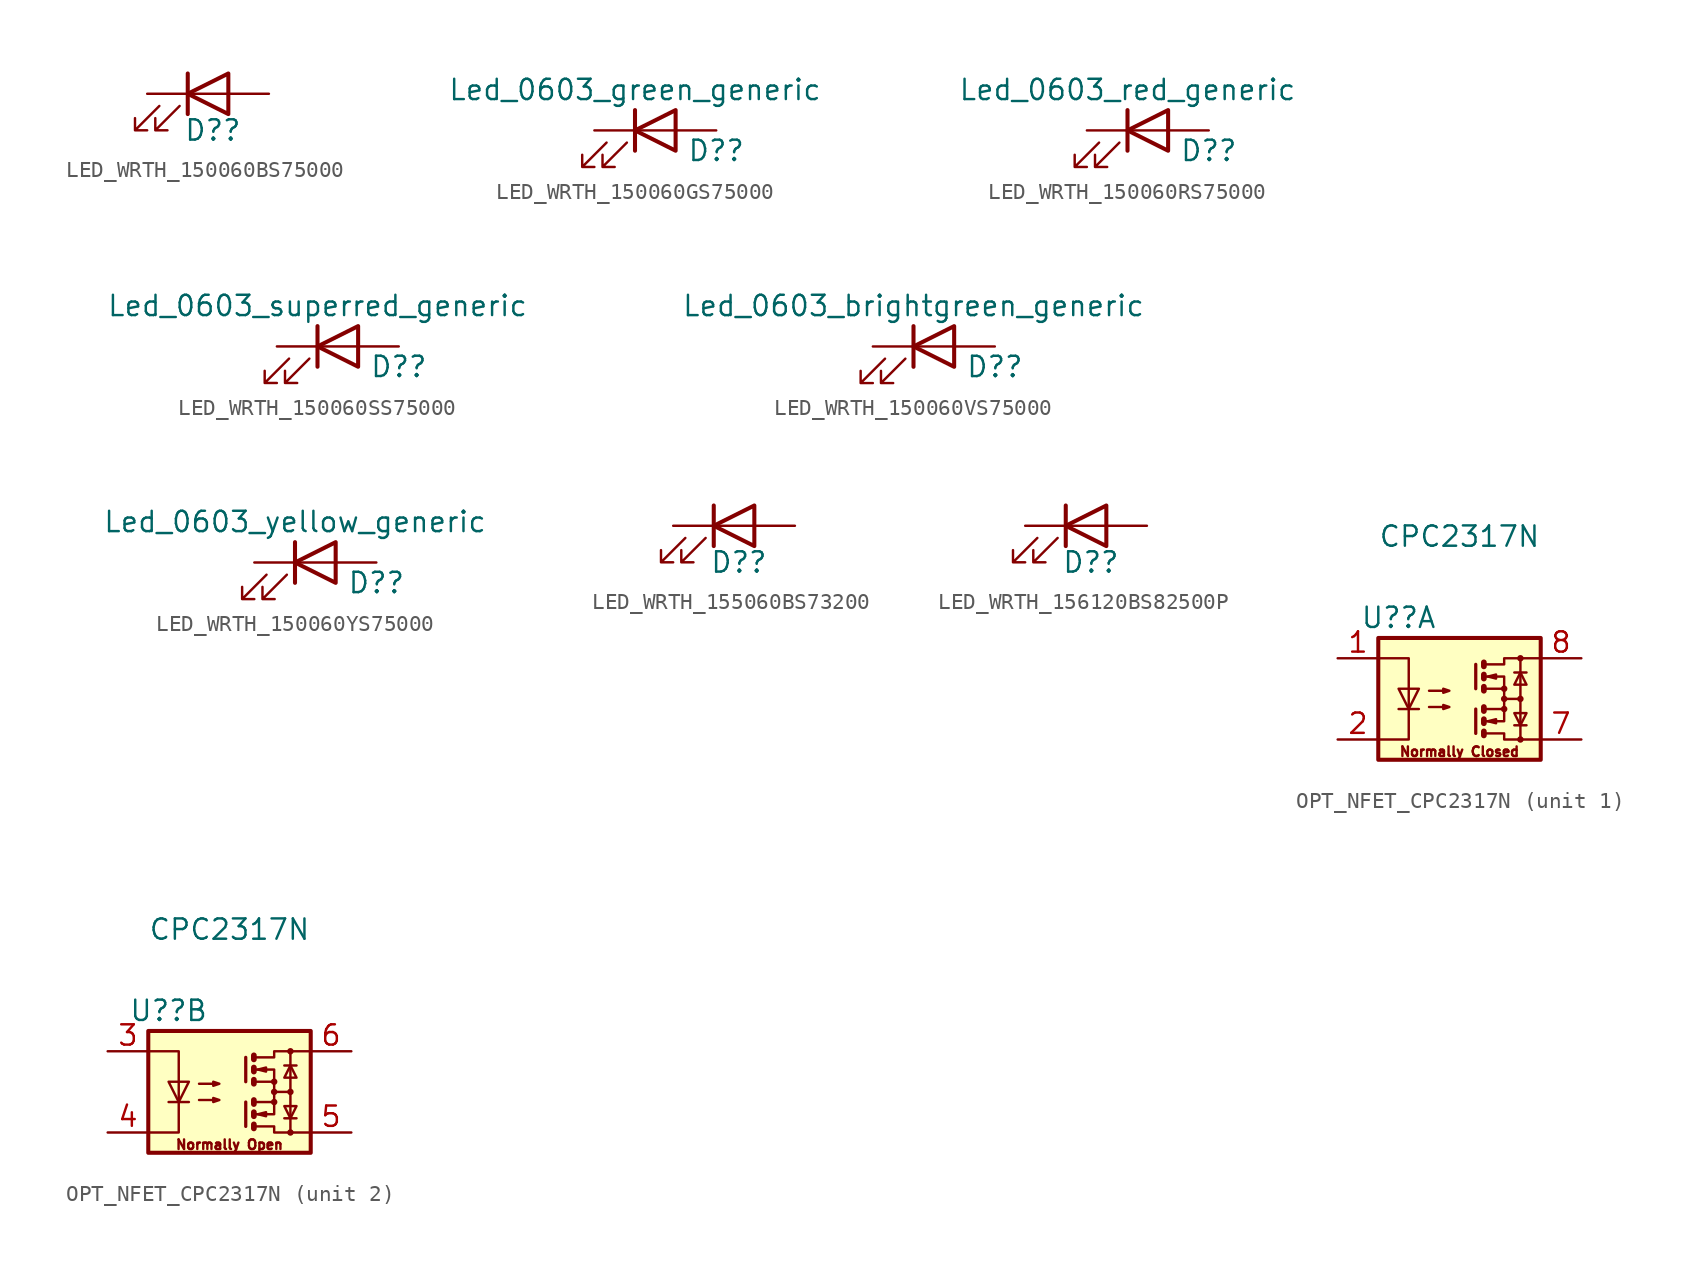
<source format=kicad_sym>
(kicad_symbol_lib
  (version 20231120)
  (generator "kicad_symbol_editor")
  (generator_version "8.0")
  (symbol "LED_WRTH_150060BS75000"
    (pin_numbers hide)
    (pin_names
      (offset 1.016) hide)
    (property "Reference" "D?"
      (at -1.524 -2.286 0)
      (effects (font (size 1.27 1.27)) (justify left)))
    (symbol "LED_WRTH_150060BS75000_0_1"
      (polyline (pts (xy -1.27 -1.27) (xy -1.27 1.27)) (stroke (width 0.254) (type default)) (fill (type none)))
      (polyline (pts (xy -1.27 0) (xy 1.27 0)) (stroke (width 0) (type default)) (fill (type none)))
      (polyline (pts (xy 1.27 -1.27) (xy 1.27 1.27) (xy -1.27 0) (xy 1.27 -1.27)) (stroke (width 0.254) (type default)) (fill (type none)))
      (polyline (pts (xy -3.048 -0.762) (xy -4.572 -2.286) (xy -3.81 -2.286) (xy -4.572 -2.286) (xy -4.572 -1.524)) (stroke (width 0) (type default)) (fill (type none)))
      (polyline (pts (xy -1.778 -0.762) (xy -3.302 -2.286) (xy -2.54 -2.286) (xy -3.302 -2.286) (xy -3.302 -1.524)) (stroke (width 0) (type default)) (fill (type none))))
    (symbol "LED_WRTH_150060BS75000_1_1"
      (pin passive line (at -3.81 0 0) (length 2.54) (name "K" (effects (font (size 1.27 1.27)))) (number "1" (effects (font (size 1.27 1.27)))))
      (pin passive line (at 3.81 0 180) (length 2.54) (name "A" (effects (font (size 1.27 1.27)))) (number "2" (effects (font (size 1.27 1.27)))))))
  (symbol "LED_WRTH_150060GS75000"
    (pin_numbers hide)
    (pin_names
      (offset 1.016) hide)
    (property "Reference" "D?"
      (at 3.81 -1.27 0)
      (effects (font (size 1.27 1.27))))
    (property "Value" "Led_0603_green_generic"
      (at -1.27 2.54 0)
      (effects (font (size 1.27 1.27))))
    (symbol "LED_WRTH_150060GS75000_0_1"
      (polyline (pts (xy -1.27 -1.27) (xy -1.27 1.27)) (stroke (width 0.254) (type default)) (fill (type none)))
      (polyline (pts (xy -1.27 0) (xy 1.27 0)) (stroke (width 0) (type default)) (fill (type none)))
      (polyline (pts (xy 1.27 -1.27) (xy 1.27 1.27) (xy -1.27 0) (xy 1.27 -1.27)) (stroke (width 0.254) (type default)) (fill (type none)))
      (polyline (pts (xy -3.048 -0.762) (xy -4.572 -2.286) (xy -3.81 -2.286) (xy -4.572 -2.286) (xy -4.572 -1.524)) (stroke (width 0) (type default)) (fill (type none)))
      (polyline (pts (xy -1.778 -0.762) (xy -3.302 -2.286) (xy -2.54 -2.286) (xy -3.302 -2.286) (xy -3.302 -1.524)) (stroke (width 0) (type default)) (fill (type none))))
    (symbol "LED_WRTH_150060GS75000_1_1"
      (pin passive line (at -3.81 0 0) (length 2.54) (name "K" (effects (font (size 1.27 1.27)))) (number "1" (effects (font (size 1.27 1.27)))))
      (pin passive line (at 3.81 0 180) (length 2.54) (name "A" (effects (font (size 1.27 1.27)))) (number "2" (effects (font (size 1.27 1.27)))))))
  (symbol "LED_WRTH_150060RS75000"
    (pin_numbers hide)
    (pin_names
      (offset 1.016) hide)
    (property "Reference" "D?"
      (at 3.81 -1.27 0)
      (effects (font (size 1.27 1.27))))
    (property "Value" "Led_0603_red_generic"
      (at -1.27 2.54 0)
      (effects (font (size 1.27 1.27))))
    (symbol "LED_WRTH_150060RS75000_0_1"
      (polyline (pts (xy -1.27 -1.27) (xy -1.27 1.27)) (stroke (width 0.254) (type default)) (fill (type none)))
      (polyline (pts (xy -1.27 0) (xy 1.27 0)) (stroke (width 0) (type default)) (fill (type none)))
      (polyline (pts (xy 1.27 -1.27) (xy 1.27 1.27) (xy -1.27 0) (xy 1.27 -1.27)) (stroke (width 0.254) (type default)) (fill (type none)))
      (polyline (pts (xy -3.048 -0.762) (xy -4.572 -2.286) (xy -3.81 -2.286) (xy -4.572 -2.286) (xy -4.572 -1.524)) (stroke (width 0) (type default)) (fill (type none)))
      (polyline (pts (xy -1.778 -0.762) (xy -3.302 -2.286) (xy -2.54 -2.286) (xy -3.302 -2.286) (xy -3.302 -1.524)) (stroke (width 0) (type default)) (fill (type none))))
    (symbol "LED_WRTH_150060RS75000_1_1"
      (pin passive line (at -3.81 0 0) (length 2.54) (name "K" (effects (font (size 1.27 1.27)))) (number "1" (effects (font (size 1.27 1.27)))))
      (pin passive line (at 3.81 0 180) (length 2.54) (name "A" (effects (font (size 1.27 1.27)))) (number "2" (effects (font (size 1.27 1.27)))))))
  (symbol "LED_WRTH_150060SS75000"
    (pin_numbers hide)
    (pin_names
      (offset 1.016) hide)
    (property "Reference" "D?"
      (at 3.81 -1.27 0)
      (effects (font (size 1.27 1.27))))
    (property "Value" "Led_0603_superred_generic"
      (at -1.27 2.54 0)
      (effects (font (size 1.27 1.27))))
    (symbol "LED_WRTH_150060SS75000_0_1"
      (polyline (pts (xy -1.27 -1.27) (xy -1.27 1.27)) (stroke (width 0.254) (type default)) (fill (type none)))
      (polyline (pts (xy -1.27 0) (xy 1.27 0)) (stroke (width 0) (type default)) (fill (type none)))
      (polyline (pts (xy 1.27 -1.27) (xy 1.27 1.27) (xy -1.27 0) (xy 1.27 -1.27)) (stroke (width 0.254) (type default)) (fill (type none)))
      (polyline (pts (xy -3.048 -0.762) (xy -4.572 -2.286) (xy -3.81 -2.286) (xy -4.572 -2.286) (xy -4.572 -1.524)) (stroke (width 0) (type default)) (fill (type none)))
      (polyline (pts (xy -1.778 -0.762) (xy -3.302 -2.286) (xy -2.54 -2.286) (xy -3.302 -2.286) (xy -3.302 -1.524)) (stroke (width 0) (type default)) (fill (type none))))
    (symbol "LED_WRTH_150060SS75000_1_1"
      (pin passive line (at -3.81 0 0) (length 2.54) (name "K" (effects (font (size 1.27 1.27)))) (number "1" (effects (font (size 1.27 1.27)))))
      (pin passive line (at 3.81 0 180) (length 2.54) (name "A" (effects (font (size 1.27 1.27)))) (number "2" (effects (font (size 1.27 1.27)))))))
  (symbol "LED_WRTH_150060VS75000"
    (pin_numbers hide)
    (pin_names
      (offset 0) hide)
    (property "Reference" "D?"
      (at 3.81 -1.27 0)
      (effects (font (size 1.27 1.27))))
    (property "Value" "Led_0603_brightgreen_generic"
      (at -1.27 2.54 0)
      (effects (font (size 1.27 1.27))))
    (symbol "LED_WRTH_150060VS75000_0_1"
      (polyline (pts (xy -1.27 -1.27) (xy -1.27 1.27)) (stroke (width 0.254) (type default)) (fill (type none)))
      (polyline (pts (xy -1.27 0) (xy 1.27 0)) (stroke (width 0) (type default)) (fill (type none)))
      (polyline (pts (xy 1.27 -1.27) (xy 1.27 1.27) (xy -1.27 0) (xy 1.27 -1.27)) (stroke (width 0.254) (type default)) (fill (type none)))
      (polyline (pts (xy -3.048 -0.762) (xy -4.572 -2.286) (xy -3.81 -2.286) (xy -4.572 -2.286) (xy -4.572 -1.524)) (stroke (width 0) (type default)) (fill (type none)))
      (polyline (pts (xy -1.778 -0.762) (xy -3.302 -2.286) (xy -2.54 -2.286) (xy -3.302 -2.286) (xy -3.302 -1.524)) (stroke (width 0) (type default)) (fill (type none))))
    (symbol "LED_WRTH_150060VS75000_1_1"
      (pin passive line (at -3.81 0 0) (length 2.54) (name "K" (effects (font (size 1.27 1.27)))) (number "1" (effects (font (size 1.27 1.27)))))
      (pin passive line (at 3.81 0 180) (length 2.54) (name "A" (effects (font (size 1.27 1.27)))) (number "2" (effects (font (size 1.27 1.27)))))))
  (symbol "LED_WRTH_150060YS75000"
    (pin_numbers hide)
    (pin_names
      (offset 1.016) hide)
    (property "Reference" "D?"
      (at 3.81 -1.27 0)
      (effects (font (size 1.27 1.27))))
    (property "Value" "Led_0603_yellow_generic"
      (at -1.27 2.54 0)
      (effects (font (size 1.27 1.27))))
    (symbol "LED_WRTH_150060YS75000_0_1"
      (polyline (pts (xy -1.27 -1.27) (xy -1.27 1.27)) (stroke (width 0.254) (type default)) (fill (type none)))
      (polyline (pts (xy -1.27 0) (xy 1.27 0)) (stroke (width 0) (type default)) (fill (type none)))
      (polyline (pts (xy 1.27 -1.27) (xy 1.27 1.27) (xy -1.27 0) (xy 1.27 -1.27)) (stroke (width 0.254) (type default)) (fill (type none)))
      (polyline (pts (xy -3.048 -0.762) (xy -4.572 -2.286) (xy -3.81 -2.286) (xy -4.572 -2.286) (xy -4.572 -1.524)) (stroke (width 0) (type default)) (fill (type none)))
      (polyline (pts (xy -1.778 -0.762) (xy -3.302 -2.286) (xy -2.54 -2.286) (xy -3.302 -2.286) (xy -3.302 -1.524)) (stroke (width 0) (type default)) (fill (type none))))
    (symbol "LED_WRTH_150060YS75000_1_1"
      (pin passive line (at -3.81 0 0) (length 2.54) (name "K" (effects (font (size 1.27 1.27)))) (number "1" (effects (font (size 1.27 1.27)))))
      (pin passive line (at 3.81 0 180) (length 2.54) (name "A" (effects (font (size 1.27 1.27)))) (number "2" (effects (font (size 1.27 1.27)))))))
  (symbol "LED_WRTH_155060BS73200"
    (pin_numbers hide)
    (pin_names
      (offset 1.016) hide)
    (property "Reference" "D?"
      (at -1.524 -2.286 0)
      (effects (font (size 1.27 1.27)) (justify left)))
    (symbol "LED_WRTH_155060BS73200_0_1"
      (polyline (pts (xy -1.27 -1.27) (xy -1.27 1.27)) (stroke (width 0.254) (type default)) (fill (type none)))
      (polyline (pts (xy -1.27 0) (xy 1.27 0)) (stroke (width 0) (type default)) (fill (type none)))
      (polyline (pts (xy 1.27 -1.27) (xy 1.27 1.27) (xy -1.27 0) (xy 1.27 -1.27)) (stroke (width 0.254) (type default)) (fill (type none)))
      (polyline (pts (xy -3.048 -0.762) (xy -4.572 -2.286) (xy -3.81 -2.286) (xy -4.572 -2.286) (xy -4.572 -1.524)) (stroke (width 0) (type default)) (fill (type none)))
      (polyline (pts (xy -1.778 -0.762) (xy -3.302 -2.286) (xy -2.54 -2.286) (xy -3.302 -2.286) (xy -3.302 -1.524)) (stroke (width 0) (type default)) (fill (type none))))
    (symbol "LED_WRTH_155060BS73200_1_1"
      (pin passive line (at -3.81 0 0) (length 2.54) (name "K" (effects (font (size 1.27 1.27)))) (number "1" (effects (font (size 1.27 1.27)))))
      (pin passive line (at 3.81 0 180) (length 2.54) (name "A" (effects (font (size 1.27 1.27)))) (number "2" (effects (font (size 1.27 1.27)))))))
  (symbol "LED_WRTH_156120BS82500P"
    (pin_numbers hide)
    (pin_names
      (offset 1.016) hide)
    (property "Reference" "D?"
      (at -1.524 -2.286 0)
      (effects (font (size 1.27 1.27)) (justify left)))
    (symbol "LED_WRTH_156120BS82500P_0_1"
      (polyline (pts (xy -1.27 -1.27) (xy -1.27 1.27)) (stroke (width 0.254) (type default)) (fill (type none)))
      (polyline (pts (xy -1.27 0) (xy 1.27 0)) (stroke (width 0) (type default)) (fill (type none)))
      (polyline (pts (xy 1.27 -1.27) (xy 1.27 1.27) (xy -1.27 0) (xy 1.27 -1.27)) (stroke (width 0.254) (type default)) (fill (type none)))
      (polyline (pts (xy -3.048 -0.762) (xy -4.572 -2.286) (xy -3.81 -2.286) (xy -4.572 -2.286) (xy -4.572 -1.524)) (stroke (width 0) (type default)) (fill (type none)))
      (polyline (pts (xy -1.778 -0.762) (xy -3.302 -2.286) (xy -2.54 -2.286) (xy -3.302 -2.286) (xy -3.302 -1.524)) (stroke (width 0) (type default)) (fill (type none))))
    (symbol "LED_WRTH_156120BS82500P_1_1"
      (pin passive line (at -3.81 0 0) (length 2.54) (name "K" (effects (font (size 1.27 1.27)))) (number "1" (effects (font (size 1.27 1.27)))))
      (pin passive line (at 3.81 0 180) (length 2.54) (name "A" (effects (font (size 1.27 1.27)))) (number "2" (effects (font (size 1.27 1.27)))))))
  (symbol "OPT_NFET_CPC2317N"
    (property "Reference" "U?"
      (at -3.81 5.08 0)
      (effects (font (size 1.27 1.27))))
    (property "Value" "CPC2317N"
      (at 0 10.16 0)
      (effects (font (size 1.27 1.27))))
    (symbol "OPT_NFET_CPC2317N_0_1"
      (rectangle (start -5.08 3.81) (end 5.08 -3.81) (stroke (width 0.254) (type default)) (fill (type background)))
      (polyline (pts (xy -3.81 -0.635) (xy -2.54 -0.635)) (stroke (width 0) (type default)) (fill (type none)))
      (polyline (pts (xy 1.016 -0.635) (xy 1.016 -2.159)) (stroke (width 0.203) (type default)) (fill (type none)))
      (polyline (pts (xy 1.016 2.159) (xy 1.016 0.635)) (stroke (width 0.203) (type default)) (fill (type none)))
      (polyline (pts (xy 1.524 -0.508) (xy 1.524 -0.762)) (stroke (width 0.356) (type default)) (fill (type none)))
      (polyline (pts (xy 2.794 0) (xy 3.81 0)) (stroke (width 0) (type default)) (fill (type none)))
      (polyline (pts (xy 3.429 -1.651) (xy 4.191 -1.651)) (stroke (width 0) (type default)) (fill (type none)))
      (polyline (pts (xy 3.429 1.651) (xy 4.191 1.651)) (stroke (width 0) (type default)) (fill (type none)))
      (polyline (pts (xy 3.81 -2.54) (xy 3.81 2.54)) (stroke (width 0) (type default)) (fill (type none)))
      (polyline (pts (xy 1.524 -2.032) (xy 1.524 -2.286) (xy 1.524 -2.286)) (stroke (width 0.356) (type default)) (fill (type none)))
      (polyline (pts (xy 1.524 -1.27) (xy 1.524 -1.524) (xy 1.524 -1.524)) (stroke (width 0.356) (type default)) (fill (type none)))
      (polyline (pts (xy 1.524 0.762) (xy 1.524 0.508) (xy 1.524 0.508)) (stroke (width 0.356) (type default)) (fill (type none)))
      (polyline (pts (xy 1.524 1.524) (xy 1.524 1.27) (xy 1.524 1.27)) (stroke (width 0.356) (type default)) (fill (type none)))
      (polyline (pts (xy 1.524 2.286) (xy 1.524 2.032) (xy 1.524 2.032)) (stroke (width 0.356) (type default)) (fill (type none)))
      (polyline (pts (xy 1.651 -1.397) (xy 2.794 -1.397) (xy 2.794 -0.635)) (stroke (width 0) (type default)) (fill (type none)))
      (polyline (pts (xy 1.651 1.397) (xy 2.794 1.397) (xy 2.794 0.635)) (stroke (width 0) (type default)) (fill (type none)))
      (polyline (pts (xy -5.08 2.54) (xy -3.175 2.54) (xy -3.175 -2.54) (xy -5.08 -2.54)) (stroke (width 0) (type default)) (fill (type none)))
      (polyline (pts (xy -3.175 -0.635) (xy -3.81 0.635) (xy -2.54 0.635) (xy -3.175 -0.635)) (stroke (width 0) (type default)) (fill (type none)))
      (polyline (pts (xy 1.651 -2.159) (xy 2.794 -2.159) (xy 2.794 -2.54) (xy 5.08 -2.54)) (stroke (width 0) (type default)) (fill (type none)))
      (polyline (pts (xy 1.651 -0.635) (xy 2.794 -0.635) (xy 2.794 0.635) (xy 1.651 0.635)) (stroke (width 0) (type default)) (fill (type none)))
      (polyline (pts (xy 1.651 2.159) (xy 2.794 2.159) (xy 2.794 2.54) (xy 5.08 2.54)) (stroke (width 0) (type default)) (fill (type none)))
      (polyline (pts (xy 1.778 -1.397) (xy 2.286 -1.27) (xy 2.286 -1.524) (xy 1.778 -1.397)) (stroke (width 0) (type default)) (fill (type none)))
      (polyline (pts (xy 1.778 1.397) (xy 2.286 1.524) (xy 2.286 1.27) (xy 1.778 1.397)) (stroke (width 0) (type default)) (fill (type none)))
      (polyline (pts (xy 3.81 -1.651) (xy 3.429 -0.889) (xy 4.191 -0.889) (xy 3.81 -1.651)) (stroke (width 0) (type default)) (fill (type none)))
      (polyline (pts (xy 3.81 1.651) (xy 3.429 0.889) (xy 4.191 0.889) (xy 3.81 1.651)) (stroke (width 0) (type default)) (fill (type none)))
      (polyline (pts (xy -1.905 -0.508) (xy -0.635 -0.508) (xy -1.016 -0.635) (xy -1.016 -0.381) (xy -0.635 -0.508)) (stroke (width 0) (type default)) (fill (type none)))
      (polyline (pts (xy -1.905 0.508) (xy -0.635 0.508) (xy -1.016 0.381) (xy -1.016 0.635) (xy -0.635 0.508)) (stroke (width 0) (type default)) (fill (type none)))
      (circle (center 2.794 -0.635) (radius 0.127) (stroke (width 0) (type default)) (fill (type none)))
      (circle (center 2.794 0) (radius 0.127) (stroke (width 0) (type default)) (fill (type none)))
      (circle (center 2.794 0.635) (radius 0.127) (stroke (width 0) (type default)) (fill (type none)))
      (circle (center 3.81 -2.54) (radius 0.127) (stroke (width 0) (type default)) (fill (type none)))
      (circle (center 3.81 0) (radius 0.127) (stroke (width 0) (type default)) (fill (type none)))
      (circle (center 3.81 2.54) (radius 0.127) (stroke (width 0) (type default)) (fill (type none))))
    (symbol "OPT_NFET_CPC2317N_1_1"
      (text "Normally Closed" (at 0 -3.302 0) (effects (font (size 0.6 0.6))))
      (pin passive line (at -7.62 2.54 0) (length 2.54) (name "~" (effects (font (size 1.27 1.27)))) (number "1" (effects (font (size 1.27 1.27)))))
      (pin passive line (at -7.62 -2.54 0) (length 2.54) (name "~" (effects (font (size 1.27 1.27)))) (number "2" (effects (font (size 1.27 1.27)))))
      (pin passive line (at 7.62 -2.54 180) (length 2.54) (name "~" (effects (font (size 1.27 1.27)))) (number "7" (effects (font (size 1.27 1.27)))))
      (pin passive line (at 7.62 2.54 180) (length 2.54) (name "~" (effects (font (size 1.27 1.27)))) (number "8" (effects (font (size 1.27 1.27))))))
    (symbol "OPT_NFET_CPC2317N_2_1"
      (text "Normally Open" (at 0 -3.302 0) (effects (font (size 0.6 0.6))))
      (pin passive line (at -7.62 2.54 0) (length 2.54) (name "~" (effects (font (size 1.27 1.27)))) (number "3" (effects (font (size 1.27 1.27)))))
      (pin passive line (at -7.62 -2.54 0) (length 2.54) (name "~" (effects (font (size 1.27 1.27)))) (number "4" (effects (font (size 1.27 1.27)))))
      (pin passive line (at 7.62 -2.54 180) (length 2.54) (name "~" (effects (font (size 1.27 1.27)))) (number "5" (effects (font (size 1.27 1.27)))))
      (pin passive line (at 7.62 2.54 180) (length 2.54) (name "~" (effects (font (size 1.27 1.27)))) (number "6" (effects (font (size 1.27 1.27))))))))
</source>
